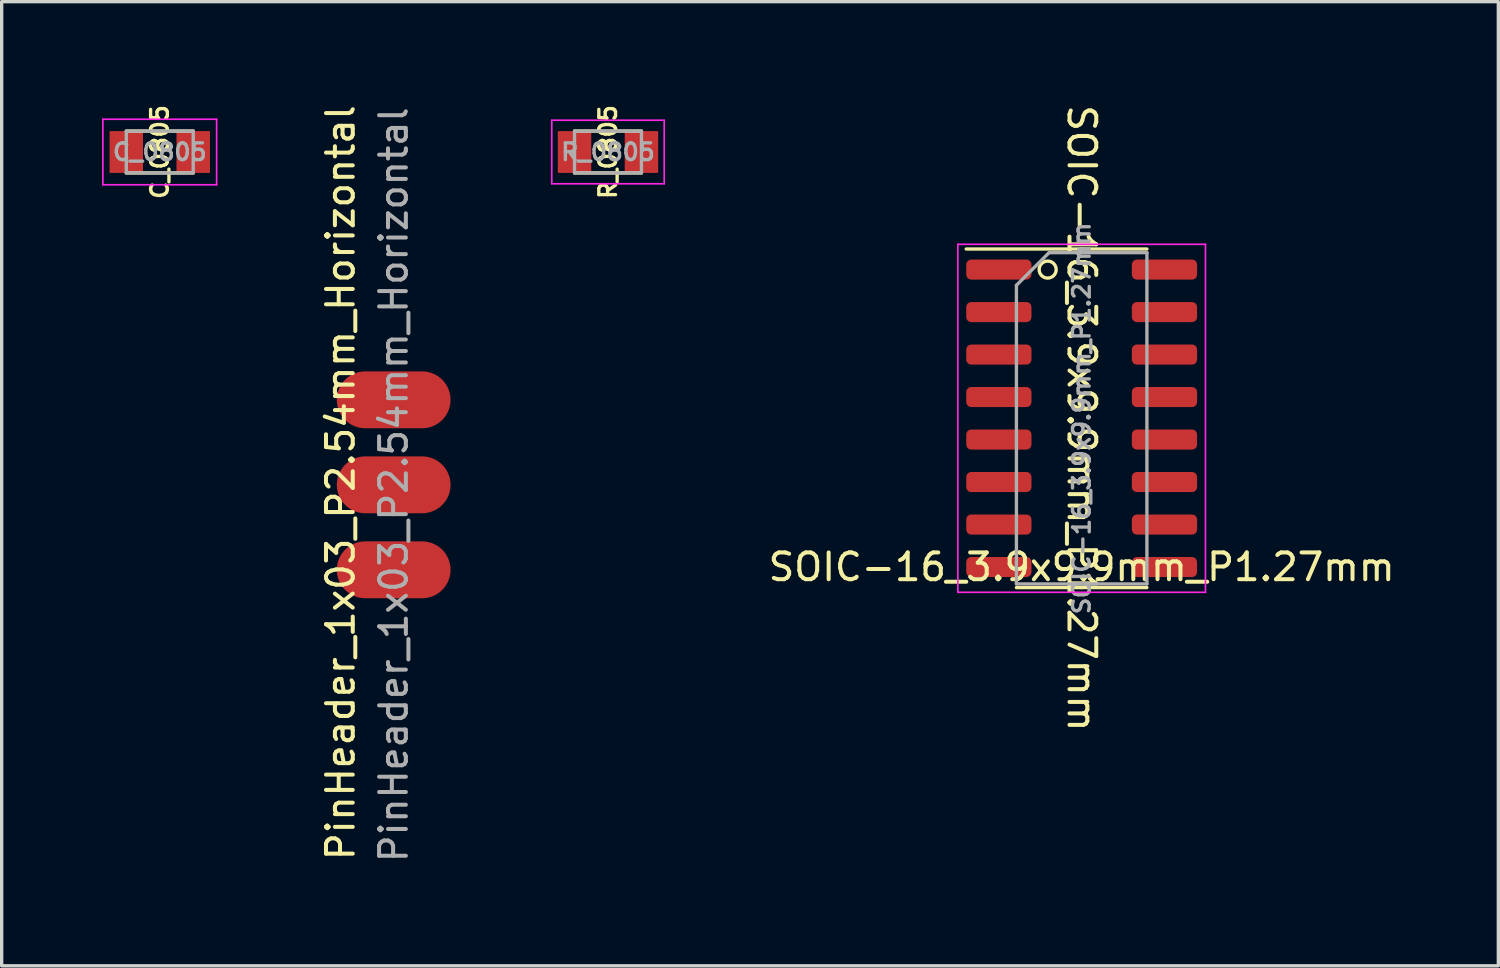
<source format=kicad_pcb>
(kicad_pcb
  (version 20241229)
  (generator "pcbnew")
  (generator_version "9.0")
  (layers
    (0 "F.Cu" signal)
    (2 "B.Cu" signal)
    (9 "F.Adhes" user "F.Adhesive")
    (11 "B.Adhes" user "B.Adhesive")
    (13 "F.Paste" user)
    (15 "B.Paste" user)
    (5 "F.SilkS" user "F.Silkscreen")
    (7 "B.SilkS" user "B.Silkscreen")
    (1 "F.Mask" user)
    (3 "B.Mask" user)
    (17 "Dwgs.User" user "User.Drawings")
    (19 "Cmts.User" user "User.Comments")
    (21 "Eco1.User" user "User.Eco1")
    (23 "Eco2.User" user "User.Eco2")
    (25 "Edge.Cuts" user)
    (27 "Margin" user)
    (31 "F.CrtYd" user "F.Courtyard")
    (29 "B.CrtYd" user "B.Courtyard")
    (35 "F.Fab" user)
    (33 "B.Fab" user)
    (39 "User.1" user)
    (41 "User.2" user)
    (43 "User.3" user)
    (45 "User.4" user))
  (footprint "SOIC-16_3.9x9.9mm_P1.27mm"
    (layer "F.Cu")
    (at 29.278 9.452)
    (property "Reference" "SOIC-16_3.9x9.9mm_P1.27mm" (at 0 4.445 0) (unlocked yes) (layer "F.SilkS") (effects (font (size 0.8 0.8) (thickness 0.12))))
    (property "Value" "SOIC-16_3.9x9.9mm_P1.27mm" (at 0.762 0 90) (layer "F.Fab") (hide yes) (effects (font (size 0.4 0.4) (thickness 0.08))))
    (attr smd)
    (fp_line (start 0 -5.06) (end -3.45 -5.06) (stroke (width 0.1) (type solid)) (layer "F.SilkS"))
    (fp_line (start 0 -5.06) (end 1.95 -5.06) (stroke (width 0.1) (type solid)) (layer "F.SilkS"))
    (fp_line (start 0 5.06) (end -1.95 5.06) (stroke (width 0.1) (type solid)) (layer "F.SilkS"))
    (fp_line (start 0 5.06) (end 1.95 5.06) (stroke (width 0.1) (type solid)) (layer "F.SilkS"))
    (fp_circle (center -1.016 -4.445) (end -0.762 -4.445) (stroke (width 0.1) (type solid)) (fill no) (layer "F.SilkS"))
    (fp_line (start -3.7 -5.2) (end -3.7 5.2) (stroke (width 0.05) (type solid)) (layer "F.CrtYd"))
    (fp_line (start -3.7 5.2) (end 3.7 5.2) (stroke (width 0.05) (type solid)) (layer "F.CrtYd"))
    (fp_line (start 3.7 -5.2) (end -3.7 -5.2) (stroke (width 0.05) (type solid)) (layer "F.CrtYd"))
    (fp_line (start 3.7 5.2) (end 3.7 -5.2) (stroke (width 0.05) (type solid)) (layer "F.CrtYd"))
    (fp_line (start -1.95 -3.975) (end -0.975 -4.95) (stroke (width 0.1) (type solid)) (layer "F.Fab"))
    (fp_line (start -1.95 4.95) (end -1.95 -3.975) (stroke (width 0.1) (type solid)) (layer "F.Fab"))
    (fp_line (start -0.975 -4.95) (end 1.95 -4.95) (stroke (width 0.1) (type solid)) (layer "F.Fab"))
    (fp_line (start 1.95 -4.95) (end 1.95 4.95) (stroke (width 0.1) (type solid)) (layer "F.Fab"))
    (fp_line (start 1.95 4.95) (end -1.95 4.95) (stroke (width 0.1) (type solid)) (layer "F.Fab"))
    (fp_text user "${VALUE}" (at 0 0 270) (unlocked yes) (layer "F.SilkS") (effects (font (size 0.8 0.8) (thickness 0.12))))
    (fp_text user "${REFERENCE}" (at 0 0 90) (layer "F.Fab") (effects (font (size 0.5 0.5) (thickness 0.1))))
    (pad "1" smd roundrect (at -2.475 -4.445) (size 1.95 0.6) (layers "F.Cu" "F.Mask" "F.Paste") (roundrect_rratio 0.25))
    (pad "2" smd roundrect (at -2.475 -3.175) (size 1.95 0.6) (layers "F.Cu" "F.Mask" "F.Paste") (roundrect_rratio 0.25))
    (pad "3" smd roundrect (at -2.475 -1.905) (size 1.95 0.6) (layers "F.Cu" "F.Mask" "F.Paste") (roundrect_rratio 0.25))
    (pad "4" smd roundrect (at -2.475 -0.635) (size 1.95 0.6) (layers "F.Cu" "F.Mask" "F.Paste") (roundrect_rratio 0.25))
    (pad "5" smd roundrect (at -2.475 0.635) (size 1.95 0.6) (layers "F.Cu" "F.Mask" "F.Paste") (roundrect_rratio 0.25))
    (pad "6" smd roundrect (at -2.475 1.905) (size 1.95 0.6) (layers "F.Cu" "F.Mask" "F.Paste") (roundrect_rratio 0.25))
    (pad "7" smd roundrect (at -2.475 3.175) (size 1.95 0.6) (layers "F.Cu" "F.Mask" "F.Paste") (roundrect_rratio 0.25))
    (pad "8" smd roundrect (at -2.475 4.445) (size 1.95 0.6) (layers "F.Cu" "F.Mask" "F.Paste") (roundrect_rratio 0.25))
    (pad "9" smd roundrect (at 2.475 4.445) (size 1.95 0.6) (layers "F.Cu" "F.Mask" "F.Paste") (roundrect_rratio 0.25))
    (pad "10" smd roundrect (at 2.475 3.175) (size 1.95 0.6) (layers "F.Cu" "F.Mask" "F.Paste") (roundrect_rratio 0.25))
    (pad "11" smd roundrect (at 2.475 1.905) (size 1.95 0.6) (layers "F.Cu" "F.Mask" "F.Paste") (roundrect_rratio 0.25))
    (pad "12" smd roundrect (at 2.475 0.635) (size 1.95 0.6) (layers "F.Cu" "F.Mask" "F.Paste") (roundrect_rratio 0.25))
    (pad "13" smd roundrect (at 2.475 -0.635) (size 1.95 0.6) (layers "F.Cu" "F.Mask" "F.Paste") (roundrect_rratio 0.25))
    (pad "14" smd roundrect (at 2.475 -1.905) (size 1.95 0.6) (layers "F.Cu" "F.Mask" "F.Paste") (roundrect_rratio 0.25))
    (pad "15" smd roundrect (at 2.475 -3.175) (size 1.95 0.6) (layers "F.Cu" "F.Mask" "F.Paste") (roundrect_rratio 0.25))
    (pad "16" smd roundrect (at 2.475 -4.445) (size 1.95 0.6) (layers "F.Cu" "F.Mask" "F.Paste") (roundrect_rratio 0.25)))
  (footprint "PinHeader_1x03_P2.54mm_Horizontal"
    (layer "F.Cu")
    (at 8.716 8.9)
    (property "Reference" "PinHeader_1x03_P2.54mm_Horizontal" (at -1.587 2.477 270) (layer "F.SilkS") (effects (font (size 0.8 0.8) (thickness 0.12))))
    (attr through_hole)
    (fp_text user "${REFERENCE}" (at 0 2.54 90) (layer "F.Fab") (effects (font (size 0.8 0.8) (thickness 0.12))))
    (pad "1" smd oval (at 0 0) (size 3.4 1.7) (layers "F.Cu" "F.Mask" "F.Paste"))
    (pad "2" smd oval (at 0 2.54) (size 3.4 1.7) (layers "F.Cu" "F.Mask" "F.Paste"))
    (pad "3" smd oval (at 0 5.08) (size 3.4 1.7) (layers "F.Cu" "F.Mask" "F.Paste")))
  (footprint "R_0805"
    (layer "F.Cu")
    (at 15.121 1.493)
    (property "Reference" "R_0805" (at 0 0 90) (layer "F.SilkS") (effects (font (size 0.5 0.5) (thickness 0.1))))
    (attr smd)
    (fp_line (start -1 -0.625) (end 1 -0.625) (stroke (width 0.1) (type solid)) (layer "F.SilkS"))
    (fp_line (start -1 0.625) (end 1 0.625) (stroke (width 0.1) (type solid)) (layer "F.SilkS"))
    (fp_line (start -1.68 -0.95) (end 1.68 -0.95) (stroke (width 0.05) (type solid)) (layer "F.CrtYd"))
    (fp_line (start -1.68 0.95) (end -1.68 -0.95) (stroke (width 0.05) (type solid)) (layer "F.CrtYd"))
    (fp_line (start 1.68 -0.95) (end 1.68 0.95) (stroke (width 0.05) (type solid)) (layer "F.CrtYd"))
    (fp_line (start 1.68 0.95) (end -1.68 0.95) (stroke (width 0.05) (type solid)) (layer "F.CrtYd"))
    (fp_line (start -1 -0.625) (end -1 0.625) (stroke (width 0.1) (type solid)) (layer "F.Fab"))
    (fp_line (start -1 -0.625) (end 1 -0.625) (stroke (width 0.1) (type solid)) (layer "F.Fab"))
    (fp_line (start -1 0.625) (end 1 0.625) (stroke (width 0.1) (type solid)) (layer "F.Fab"))
    (fp_line (start 1 -0.625) (end 1 0.625) (stroke (width 0.1) (type solid)) (layer "F.Fab"))
    (fp_text user "${REFERENCE}" (at 0 0 0) (layer "F.Fab") (effects (font (size 0.5 0.5) (thickness 0.1))))
    (pad "1" smd rect (at -1 0) (size 1 1.25) (layers "F.Cu" "F.Mask" "F.Paste"))
    (pad "2" smd rect (at 1 0) (size 1 1.25) (layers "F.Cu" "F.Mask" "F.Paste")))
  (footprint "C_0805"
    (layer "F.Cu")
    (at 1.725 1.493)
    (property "Reference" "C_0805" (at 0 0 90) (layer "F.SilkS") (effects (font (size 0.5 0.5) (thickness 0.1))))
    (attr smd)
    (fp_line (start -1 -0.625) (end 1 -0.625) (stroke (width 0.1) (type solid)) (layer "F.SilkS"))
    (fp_line (start -1 0.625) (end 1 0.625) (stroke (width 0.1) (type solid)) (layer "F.SilkS"))
    (fp_line (start -1.7 -0.98) (end 1.7 -0.98) (stroke (width 0.05) (type solid)) (layer "F.CrtYd"))
    (fp_line (start -1.7 0.98) (end -1.7 -0.98) (stroke (width 0.05) (type solid)) (layer "F.CrtYd"))
    (fp_line (start 1.7 -0.98) (end 1.7 0.98) (stroke (width 0.05) (type solid)) (layer "F.CrtYd"))
    (fp_line (start 1.7 0.98) (end -1.7 0.98) (stroke (width 0.05) (type solid)) (layer "F.CrtYd"))
    (fp_line (start -1 -0.625) (end -1 0.625) (stroke (width 0.1) (type solid)) (layer "F.Fab"))
    (fp_line (start -1 -0.625) (end 1 -0.625) (stroke (width 0.1) (type solid)) (layer "F.Fab"))
    (fp_line (start -1 0.625) (end 1 0.625) (stroke (width 0.1) (type solid)) (layer "F.Fab"))
    (fp_line (start 1 -0.625) (end 1 0.625) (stroke (width 0.1) (type solid)) (layer "F.Fab"))
    (fp_text user "${REFERENCE}" (at 0 0 0) (layer "F.Fab") (effects (font (size 0.5 0.5) (thickness 0.1))))
    (pad "1" smd rect (at -1 0) (size 1 1.25) (layers "F.Cu" "F.Mask" "F.Paste"))
    (pad "2" smd rect (at 1 0) (size 1 1.25) (layers "F.Cu" "F.Mask" "F.Paste")))
  (gr_rect
    (start -3 -3)
    (end 41.731 25.816)
    (stroke (width 0.1) (type default))
    (fill no)
    (layer "Edge.Cuts")))
</source>
